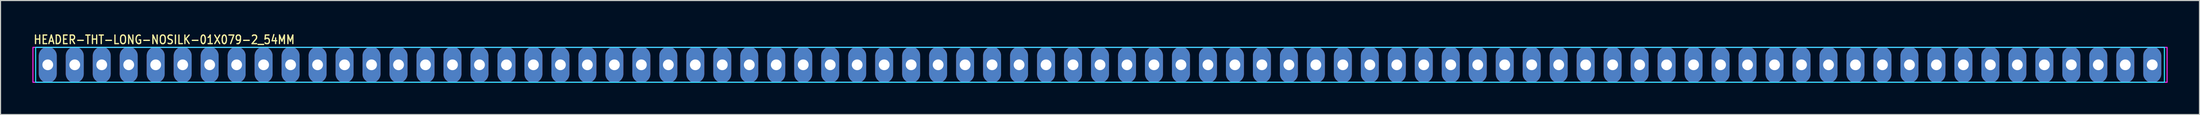
<source format=kicad_pcb>
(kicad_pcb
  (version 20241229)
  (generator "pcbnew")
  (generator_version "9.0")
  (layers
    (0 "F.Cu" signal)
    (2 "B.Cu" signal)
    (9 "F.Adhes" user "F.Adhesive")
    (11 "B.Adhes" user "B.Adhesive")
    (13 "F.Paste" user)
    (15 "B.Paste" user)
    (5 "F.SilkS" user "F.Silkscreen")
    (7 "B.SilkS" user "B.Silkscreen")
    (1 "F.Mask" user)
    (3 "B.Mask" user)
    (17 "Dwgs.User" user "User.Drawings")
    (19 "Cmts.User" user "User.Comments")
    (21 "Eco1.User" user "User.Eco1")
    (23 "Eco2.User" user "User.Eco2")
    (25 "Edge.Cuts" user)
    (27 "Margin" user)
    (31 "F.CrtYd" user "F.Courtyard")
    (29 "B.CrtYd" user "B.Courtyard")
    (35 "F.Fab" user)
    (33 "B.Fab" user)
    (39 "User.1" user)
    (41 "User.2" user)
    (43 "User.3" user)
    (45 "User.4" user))
  (footprint "HEADER-THT-LONG-NOSILK-01X079-2_54MM"
    (layer "F.Cu")
    (at 1.447 3.079)
    (property "Reference" "HEADER-THT-LONG-NOSILK-01X079-2_54MM" (at -1.4 -1.9 0) (unlocked yes) (layer "F.SilkS") (effects (font (size 0.813 0.695) (thickness 0.122)) (justify left bottom)))
    (fp_poly (pts (xy -1.143 -1.651) (xy 199.263 -1.651) (xy 199.263 1.651) (xy -1.143 1.651)) (stroke (width 0.1) (type solid)) (fill no) (layer "B.CrtYd"))
    (fp_poly (pts (xy -1.397 -1.651) (xy 199.517 -1.651) (xy 199.517 1.651) (xy -1.397 1.651)) (stroke (width 0.1) (type solid)) (fill no) (layer "F.CrtYd"))
    (pad "P$1" thru_hole oval (at 0 0 90) (size 3.387 1.693) (drill 1.016) (layers "*.Cu" "*.Mask"))
    (pad "P$2" thru_hole oval (at 2.54 0 90) (size 3.387 1.693) (drill 1.016) (layers "*.Cu" "*.Mask"))
    (pad "P$3" thru_hole oval (at 5.08 0 90) (size 3.387 1.693) (drill 1.016) (layers "*.Cu" "*.Mask"))
    (pad "P$4" thru_hole oval (at 7.62 0 90) (size 3.387 1.693) (drill 1.016) (layers "*.Cu" "*.Mask"))
    (pad "P$5" thru_hole oval (at 10.16 0 90) (size 3.387 1.693) (drill 1.016) (layers "*.Cu" "*.Mask"))
    (pad "P$6" thru_hole oval (at 12.7 0 90) (size 3.387 1.693) (drill 1.016) (layers "*.Cu" "*.Mask"))
    (pad "P$7" thru_hole oval (at 15.24 0 90) (size 3.387 1.693) (drill 1.016) (layers "*.Cu" "*.Mask"))
    (pad "P$8" thru_hole oval (at 17.78 0 90) (size 3.387 1.693) (drill 1.016) (layers "*.Cu" "*.Mask"))
    (pad "P$9" thru_hole oval (at 20.32 0 90) (size 3.387 1.693) (drill 1.016) (layers "*.Cu" "*.Mask"))
    (pad "P$10" thru_hole oval (at 22.86 0 90) (size 3.387 1.693) (drill 1.016) (layers "*.Cu" "*.Mask"))
    (pad "P$11" thru_hole oval (at 25.4 0 90) (size 3.387 1.693) (drill 1.016) (layers "*.Cu" "*.Mask"))
    (pad "P$12" thru_hole oval (at 27.94 0 90) (size 3.387 1.693) (drill 1.016) (layers "*.Cu" "*.Mask"))
    (pad "P$13" thru_hole oval (at 30.48 0 90) (size 3.387 1.693) (drill 1.016) (layers "*.Cu" "*.Mask"))
    (pad "P$14" thru_hole oval (at 33.02 0 90) (size 3.387 1.693) (drill 1.016) (layers "*.Cu" "*.Mask"))
    (pad "P$15" thru_hole oval (at 35.56 0 90) (size 3.387 1.693) (drill 1.016) (layers "*.Cu" "*.Mask"))
    (pad "P$16" thru_hole oval (at 38.1 0 90) (size 3.387 1.693) (drill 1.016) (layers "*.Cu" "*.Mask"))
    (pad "P$17" thru_hole oval (at 40.64 0 90) (size 3.387 1.693) (drill 1.016) (layers "*.Cu" "*.Mask"))
    (pad "P$18" thru_hole oval (at 43.18 0 90) (size 3.387 1.693) (drill 1.016) (layers "*.Cu" "*.Mask"))
    (pad "P$19" thru_hole oval (at 45.72 0 90) (size 3.387 1.693) (drill 1.016) (layers "*.Cu" "*.Mask"))
    (pad "P$20" thru_hole oval (at 48.26 0 90) (size 3.387 1.693) (drill 1.016) (layers "*.Cu" "*.Mask"))
    (pad "P$21" thru_hole oval (at 50.8 0 90) (size 3.387 1.693) (drill 1.016) (layers "*.Cu" "*.Mask"))
    (pad "P$22" thru_hole oval (at 53.34 0 90) (size 3.387 1.693) (drill 1.016) (layers "*.Cu" "*.Mask"))
    (pad "P$23" thru_hole oval (at 55.88 0 90) (size 3.387 1.693) (drill 1.016) (layers "*.Cu" "*.Mask"))
    (pad "P$24" thru_hole oval (at 58.42 0 90) (size 3.387 1.693) (drill 1.016) (layers "*.Cu" "*.Mask"))
    (pad "P$25" thru_hole oval (at 60.96 0 90) (size 3.387 1.693) (drill 1.016) (layers "*.Cu" "*.Mask"))
    (pad "P$26" thru_hole oval (at 63.5 0 90) (size 3.387 1.693) (drill 1.016) (layers "*.Cu" "*.Mask"))
    (pad "P$27" thru_hole oval (at 66.04 0 90) (size 3.387 1.693) (drill 1.016) (layers "*.Cu" "*.Mask"))
    (pad "P$28" thru_hole oval (at 68.58 0 90) (size 3.387 1.693) (drill 1.016) (layers "*.Cu" "*.Mask"))
    (pad "P$29" thru_hole oval (at 71.12 0 90) (size 3.387 1.693) (drill 1.016) (layers "*.Cu" "*.Mask"))
    (pad "P$30" thru_hole oval (at 73.66 0 90) (size 3.387 1.693) (drill 1.016) (layers "*.Cu" "*.Mask"))
    (pad "P$31" thru_hole oval (at 76.2 0 90) (size 3.387 1.693) (drill 1.016) (layers "*.Cu" "*.Mask"))
    (pad "P$32" thru_hole oval (at 78.74 0 90) (size 3.387 1.693) (drill 1.016) (layers "*.Cu" "*.Mask"))
    (pad "P$33" thru_hole oval (at 81.28 0 90) (size 3.387 1.693) (drill 1.016) (layers "*.Cu" "*.Mask"))
    (pad "P$34" thru_hole oval (at 83.82 0 90) (size 3.387 1.693) (drill 1.016) (layers "*.Cu" "*.Mask"))
    (pad "P$35" thru_hole oval (at 86.36 0 90) (size 3.387 1.693) (drill 1.016) (layers "*.Cu" "*.Mask"))
    (pad "P$36" thru_hole oval (at 88.9 0 90) (size 3.387 1.693) (drill 1.016) (layers "*.Cu" "*.Mask"))
    (pad "P$37" thru_hole oval (at 91.44 0 90) (size 3.387 1.693) (drill 1.016) (layers "*.Cu" "*.Mask"))
    (pad "P$38" thru_hole oval (at 93.98 0 90) (size 3.387 1.693) (drill 1.016) (layers "*.Cu" "*.Mask"))
    (pad "P$39" thru_hole oval (at 96.52 0 90) (size 3.387 1.693) (drill 1.016) (layers "*.Cu" "*.Mask"))
    (pad "P$40" thru_hole oval (at 99.06 0 90) (size 3.387 1.693) (drill 1.016) (layers "*.Cu" "*.Mask"))
    (pad "P$41" thru_hole oval (at 101.6 0 90) (size 3.387 1.693) (drill 1.016) (layers "*.Cu" "*.Mask"))
    (pad "P$42" thru_hole oval (at 104.14 0 90) (size 3.387 1.693) (drill 1.016) (layers "*.Cu" "*.Mask"))
    (pad "P$43" thru_hole oval (at 106.68 0 90) (size 3.387 1.693) (drill 1.016) (layers "*.Cu" "*.Mask"))
    (pad "P$44" thru_hole oval (at 109.22 0 90) (size 3.387 1.693) (drill 1.016) (layers "*.Cu" "*.Mask"))
    (pad "P$45" thru_hole oval (at 111.76 0 90) (size 3.387 1.693) (drill 1.016) (layers "*.Cu" "*.Mask"))
    (pad "P$46" thru_hole oval (at 114.3 0 90) (size 3.387 1.693) (drill 1.016) (layers "*.Cu" "*.Mask"))
    (pad "P$47" thru_hole oval (at 116.84 0 90) (size 3.387 1.693) (drill 1.016) (layers "*.Cu" "*.Mask"))
    (pad "P$48" thru_hole oval (at 119.38 0 90) (size 3.387 1.693) (drill 1.016) (layers "*.Cu" "*.Mask"))
    (pad "P$49" thru_hole oval (at 121.92 0 90) (size 3.387 1.693) (drill 1.016) (layers "*.Cu" "*.Mask"))
    (pad "P$50" thru_hole oval (at 124.46 0 90) (size 3.387 1.693) (drill 1.016) (layers "*.Cu" "*.Mask"))
    (pad "P$51" thru_hole oval (at 127 0 90) (size 3.387 1.693) (drill 1.016) (layers "*.Cu" "*.Mask"))
    (pad "P$52" thru_hole oval (at 129.54 0 90) (size 3.387 1.693) (drill 1.016) (layers "*.Cu" "*.Mask"))
    (pad "P$53" thru_hole oval (at 132.08 0 90) (size 3.387 1.693) (drill 1.016) (layers "*.Cu" "*.Mask"))
    (pad "P$54" thru_hole oval (at 134.62 0 90) (size 3.387 1.693) (drill 1.016) (layers "*.Cu" "*.Mask"))
    (pad "P$55" thru_hole oval (at 137.16 0 90) (size 3.387 1.693) (drill 1.016) (layers "*.Cu" "*.Mask"))
    (pad "P$56" thru_hole oval (at 139.7 0 90) (size 3.387 1.693) (drill 1.016) (layers "*.Cu" "*.Mask"))
    (pad "P$57" thru_hole oval (at 142.24 0 90) (size 3.387 1.693) (drill 1.016) (layers "*.Cu" "*.Mask"))
    (pad "P$58" thru_hole oval (at 144.78 0 90) (size 3.387 1.693) (drill 1.016) (layers "*.Cu" "*.Mask"))
    (pad "P$59" thru_hole oval (at 147.32 0 90) (size 3.387 1.693) (drill 1.016) (layers "*.Cu" "*.Mask"))
    (pad "P$60" thru_hole oval (at 149.86 0 90) (size 3.387 1.693) (drill 1.016) (layers "*.Cu" "*.Mask"))
    (pad "P$61" thru_hole oval (at 152.4 0 90) (size 3.387 1.693) (drill 1.016) (layers "*.Cu" "*.Mask"))
    (pad "P$62" thru_hole oval (at 154.94 0 90) (size 3.387 1.693) (drill 1.016) (layers "*.Cu" "*.Mask"))
    (pad "P$63" thru_hole oval (at 157.48 0 90) (size 3.387 1.693) (drill 1.016) (layers "*.Cu" "*.Mask"))
    (pad "P$64" thru_hole oval (at 160.02 0 90) (size 3.387 1.693) (drill 1.016) (layers "*.Cu" "*.Mask"))
    (pad "P$65" thru_hole oval (at 162.56 0 90) (size 3.387 1.693) (drill 1.016) (layers "*.Cu" "*.Mask"))
    (pad "P$66" thru_hole oval (at 165.1 0 90) (size 3.387 1.693) (drill 1.016) (layers "*.Cu" "*.Mask"))
    (pad "P$67" thru_hole oval (at 167.64 0 90) (size 3.387 1.693) (drill 1.016) (layers "*.Cu" "*.Mask"))
    (pad "P$68" thru_hole oval (at 170.18 0 90) (size 3.387 1.693) (drill 1.016) (layers "*.Cu" "*.Mask"))
    (pad "P$69" thru_hole oval (at 172.72 0 90) (size 3.387 1.693) (drill 1.016) (layers "*.Cu" "*.Mask"))
    (pad "P$70" thru_hole oval (at 175.26 0 90) (size 3.387 1.693) (drill 1.016) (layers "*.Cu" "*.Mask"))
    (pad "P$71" thru_hole oval (at 177.8 0 90) (size 3.387 1.693) (drill 1.016) (layers "*.Cu" "*.Mask"))
    (pad "P$72" thru_hole oval (at 180.34 0 90) (size 3.387 1.693) (drill 1.016) (layers "*.Cu" "*.Mask"))
    (pad "P$73" thru_hole oval (at 182.88 0 90) (size 3.387 1.693) (drill 1.016) (layers "*.Cu" "*.Mask"))
    (pad "P$74" thru_hole oval (at 185.42 0 90) (size 3.387 1.693) (drill 1.016) (layers "*.Cu" "*.Mask"))
    (pad "P$75" thru_hole oval (at 187.96 0 90) (size 3.387 1.693) (drill 1.016) (layers "*.Cu" "*.Mask"))
    (pad "P$76" thru_hole oval (at 190.5 0 90) (size 3.387 1.693) (drill 1.016) (layers "*.Cu" "*.Mask"))
    (pad "P$77" thru_hole oval (at 193.04 0 90) (size 3.387 1.693) (drill 1.016) (layers "*.Cu" "*.Mask"))
    (pad "P$78" thru_hole oval (at 195.58 0 90) (size 3.387 1.693) (drill 1.016) (layers "*.Cu" "*.Mask"))
    (pad "P$79" thru_hole oval (at 198.12 0 90) (size 3.387 1.693) (drill 1.016) (layers "*.Cu" "*.Mask")))
  (gr_rect
    (start -3 -3)
    (end 204.014 7.78)
    (stroke (width 0.1) (type default))
    (fill no)
    (layer "Edge.Cuts")))
</source>
